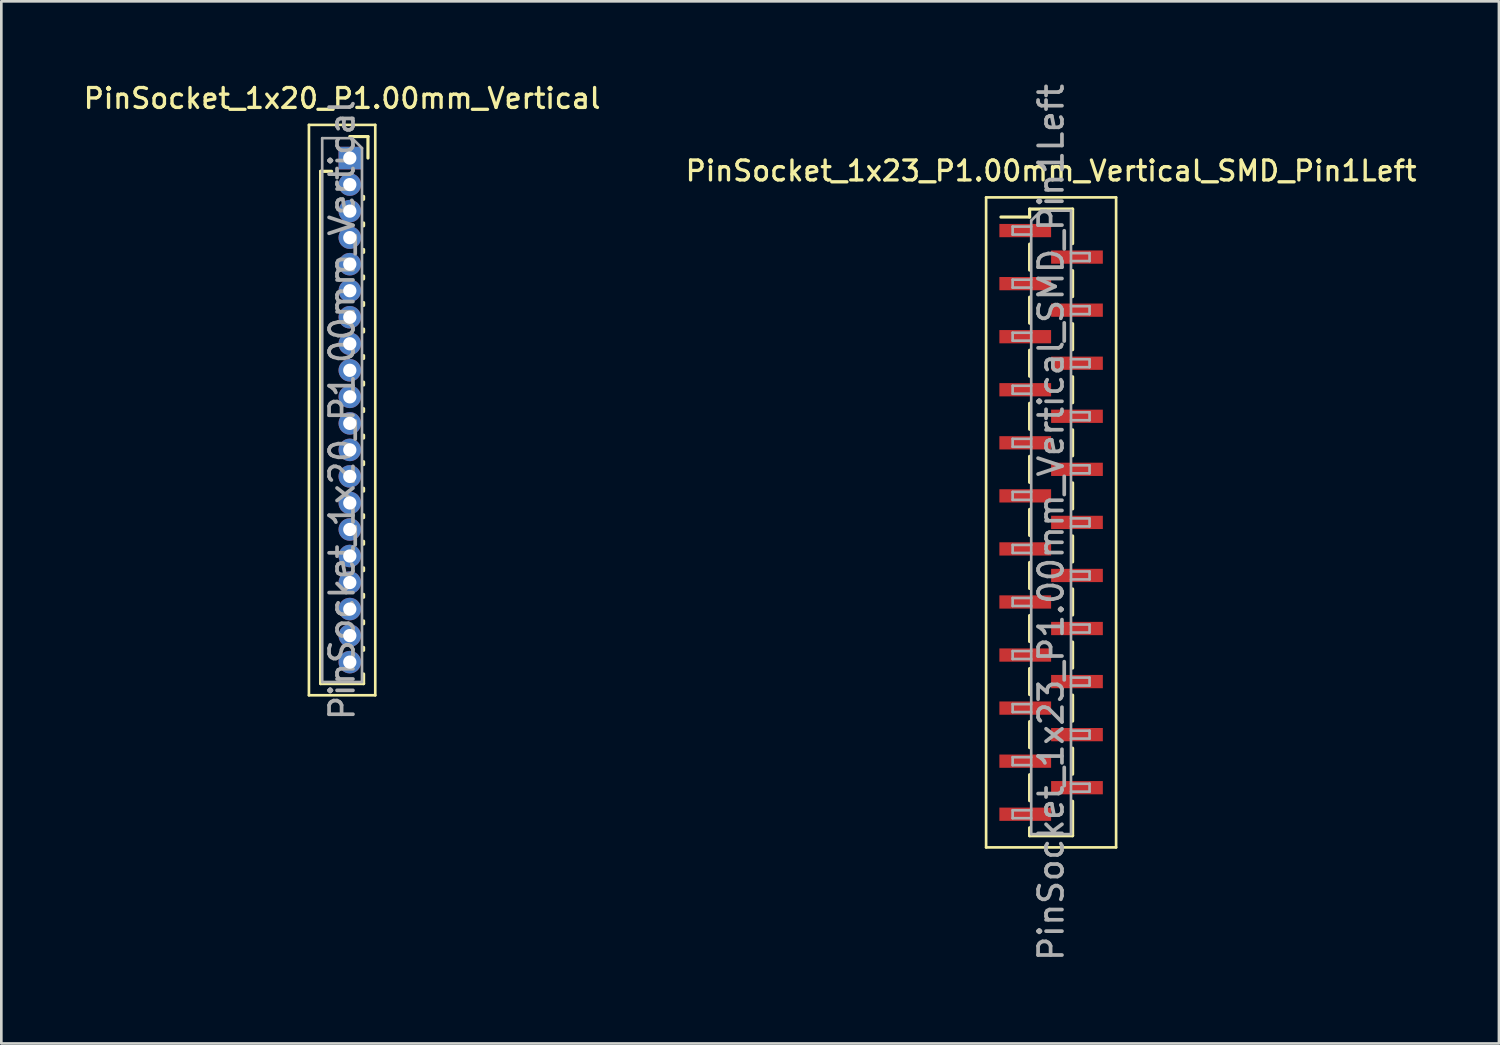
<source format=kicad_pcb>
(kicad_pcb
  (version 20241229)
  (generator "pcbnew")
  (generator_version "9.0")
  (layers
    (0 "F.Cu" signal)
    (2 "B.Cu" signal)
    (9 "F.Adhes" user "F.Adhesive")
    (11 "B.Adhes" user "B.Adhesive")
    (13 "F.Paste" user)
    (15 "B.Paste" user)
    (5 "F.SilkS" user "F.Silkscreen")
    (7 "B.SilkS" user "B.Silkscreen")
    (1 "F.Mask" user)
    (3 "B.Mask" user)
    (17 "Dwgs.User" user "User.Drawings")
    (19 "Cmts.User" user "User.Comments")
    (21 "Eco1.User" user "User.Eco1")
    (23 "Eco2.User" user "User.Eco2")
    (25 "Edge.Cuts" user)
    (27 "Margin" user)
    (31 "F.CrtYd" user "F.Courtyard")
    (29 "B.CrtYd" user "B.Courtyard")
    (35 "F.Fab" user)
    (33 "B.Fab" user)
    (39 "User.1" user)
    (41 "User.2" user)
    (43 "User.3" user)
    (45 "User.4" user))
  (footprint "PinSocket_1x20_P1.00mm_Vertical"
    (layer "F.Cu")
    (at 10.135 2.908)
    (property "Reference" "PinSocket_1x20_P1.00mm_Vertical" (at -0.29 -2.25 0) (layer "F.SilkS") (effects (font (size 0.75 0.75) (thickness 0.125))))
    (attr through_hole)
    (fp_line (start -1.54 -1.25) (end 0.96 -1.25) (stroke (width 0.1) (type solid)) (layer "F.SilkS"))
    (fp_line (start -1.54 20.25) (end -1.54 -1.25) (stroke (width 0.1) (type solid)) (layer "F.SilkS"))
    (fp_line (start -1.1 0.5) (end -1.1 19.81) (stroke (width 0.12) (type solid)) (layer "F.SilkS"))
    (fp_line (start -1.1 0.5) (end -0.685 0.5) (stroke (width 0.12) (type solid)) (layer "F.SilkS"))
    (fp_line (start -1.1 19.81) (end 0.52 19.81) (stroke (width 0.12) (type solid)) (layer "F.SilkS"))
    (fp_line (start 0 -0.81) (end 0.685 -0.81) (stroke (width 0.12) (type solid)) (layer "F.SilkS"))
    (fp_line (start 0.52 1.446) (end 0.52 1.554) (stroke (width 0.12) (type solid)) (layer "F.SilkS"))
    (fp_line (start 0.52 2.446) (end 0.52 2.554) (stroke (width 0.12) (type solid)) (layer "F.SilkS"))
    (fp_line (start 0.52 3.446) (end 0.52 3.554) (stroke (width 0.12) (type solid)) (layer "F.SilkS"))
    (fp_line (start 0.52 4.446) (end 0.52 4.554) (stroke (width 0.12) (type solid)) (layer "F.SilkS"))
    (fp_line (start 0.52 5.446) (end 0.52 5.554) (stroke (width 0.12) (type solid)) (layer "F.SilkS"))
    (fp_line (start 0.52 6.446) (end 0.52 6.554) (stroke (width 0.12) (type solid)) (layer "F.SilkS"))
    (fp_line (start 0.52 7.446) (end 0.52 7.554) (stroke (width 0.12) (type solid)) (layer "F.SilkS"))
    (fp_line (start 0.52 8.446) (end 0.52 8.554) (stroke (width 0.12) (type solid)) (layer "F.SilkS"))
    (fp_line (start 0.52 9.446) (end 0.52 9.554) (stroke (width 0.12) (type solid)) (layer "F.SilkS"))
    (fp_line (start 0.52 10.446) (end 0.52 10.554) (stroke (width 0.12) (type solid)) (layer "F.SilkS"))
    (fp_line (start 0.52 11.446) (end 0.52 11.554) (stroke (width 0.12) (type solid)) (layer "F.SilkS"))
    (fp_line (start 0.52 12.446) (end 0.52 12.554) (stroke (width 0.12) (type solid)) (layer "F.SilkS"))
    (fp_line (start 0.52 13.446) (end 0.52 13.554) (stroke (width 0.12) (type solid)) (layer "F.SilkS"))
    (fp_line (start 0.52 14.446) (end 0.52 14.554) (stroke (width 0.12) (type solid)) (layer "F.SilkS"))
    (fp_line (start 0.52 15.446) (end 0.52 15.554) (stroke (width 0.12) (type solid)) (layer "F.SilkS"))
    (fp_line (start 0.52 16.446) (end 0.52 16.554) (stroke (width 0.12) (type solid)) (layer "F.SilkS"))
    (fp_line (start 0.52 17.446) (end 0.52 17.554) (stroke (width 0.12) (type solid)) (layer "F.SilkS"))
    (fp_line (start 0.52 18.446) (end 0.52 18.554) (stroke (width 0.12) (type solid)) (layer "F.SilkS"))
    (fp_line (start 0.52 19.446) (end 0.52 19.81) (stroke (width 0.12) (type solid)) (layer "F.SilkS"))
    (fp_line (start 0.685 -0.81) (end 0.685 0) (stroke (width 0.12) (type solid)) (layer "F.SilkS"))
    (fp_line (start 0.96 -1.25) (end 0.96 20.25) (stroke (width 0.1) (type solid)) (layer "F.SilkS"))
    (fp_line (start 0.96 20.25) (end -1.54 20.25) (stroke (width 0.1) (type solid)) (layer "F.SilkS"))
    (fp_line (start -1.04 -0.75) (end 0.085 -0.75) (stroke (width 0.1) (type solid)) (layer "F.Fab"))
    (fp_line (start -1.04 19.75) (end -1.04 -0.75) (stroke (width 0.1) (type solid)) (layer "F.Fab"))
    (fp_line (start 0.085 -0.75) (end 0.46 -0.375) (stroke (width 0.1) (type solid)) (layer "F.Fab"))
    (fp_line (start 0.46 -0.375) (end 0.46 19.75) (stroke (width 0.1) (type solid)) (layer "F.Fab"))
    (fp_line (start 0.46 19.75) (end -1.04 19.75) (stroke (width 0.1) (type solid)) (layer "F.Fab"))
    (fp_text user "${REFERENCE}" (at -0.29 9.5 90) (layer "F.Fab") (effects (font (size 0.9 0.9) (thickness 0.14))))
    (pad "1" thru_hole rect (at 0 0) (size 0.85 0.85) (drill 0.5) (layers "*.Cu" "*.Mask"))
    (pad "2" thru_hole oval (at 0 1) (size 0.85 0.85) (drill 0.5) (layers "*.Cu" "*.Mask"))
    (pad "3" thru_hole oval (at 0 2) (size 0.85 0.85) (drill 0.5) (layers "*.Cu" "*.Mask"))
    (pad "4" thru_hole oval (at 0 3) (size 0.85 0.85) (drill 0.5) (layers "*.Cu" "*.Mask"))
    (pad "5" thru_hole oval (at 0 4) (size 0.85 0.85) (drill 0.5) (layers "*.Cu" "*.Mask"))
    (pad "6" thru_hole oval (at 0 5) (size 0.85 0.85) (drill 0.5) (layers "*.Cu" "*.Mask"))
    (pad "7" thru_hole oval (at 0 6) (size 0.85 0.85) (drill 0.5) (layers "*.Cu" "*.Mask"))
    (pad "8" thru_hole oval (at 0 7) (size 0.85 0.85) (drill 0.5) (layers "*.Cu" "*.Mask"))
    (pad "9" thru_hole oval (at 0 8) (size 0.85 0.85) (drill 0.5) (layers "*.Cu" "*.Mask"))
    (pad "10" thru_hole oval (at 0 9) (size 0.85 0.85) (drill 0.5) (layers "*.Cu" "*.Mask"))
    (pad "11" thru_hole oval (at 0 10) (size 0.85 0.85) (drill 0.5) (layers "*.Cu" "*.Mask"))
    (pad "12" thru_hole oval (at 0 11) (size 0.85 0.85) (drill 0.5) (layers "*.Cu" "*.Mask"))
    (pad "13" thru_hole oval (at 0 12) (size 0.85 0.85) (drill 0.5) (layers "*.Cu" "*.Mask"))
    (pad "14" thru_hole oval (at 0 13) (size 0.85 0.85) (drill 0.5) (layers "*.Cu" "*.Mask"))
    (pad "15" thru_hole oval (at 0 14) (size 0.85 0.85) (drill 0.5) (layers "*.Cu" "*.Mask"))
    (pad "16" thru_hole oval (at 0 15) (size 0.85 0.85) (drill 0.5) (layers "*.Cu" "*.Mask"))
    (pad "17" thru_hole oval (at 0 16) (size 0.85 0.85) (drill 0.5) (layers "*.Cu" "*.Mask"))
    (pad "18" thru_hole oval (at 0 17) (size 0.85 0.85) (drill 0.5) (layers "*.Cu" "*.Mask"))
    (pad "19" thru_hole oval (at 0 18) (size 0.85 0.85) (drill 0.5) (layers "*.Cu" "*.Mask"))
    (pad "20" thru_hole oval (at 0 19) (size 0.85 0.85) (drill 0.5) (layers "*.Cu" "*.Mask")))
  (footprint "PinSocket_1x23_P1.00mm_Vertical_SMD_Pin1Left"
    (layer "F.Cu")
    (at 36.57 16.641)
    (property "Reference" "PinSocket_1x23_P1.00mm_Vertical_SMD_Pin1Left" (at 0 -13.25 0) (layer "F.SilkS") (effects (font (size 0.75 0.75) (thickness 0.125))))
    (attr smd)
    (fp_line (start -2.45 -12.25) (end 2.45 -12.25) (stroke (width 0.1) (type solid)) (layer "F.SilkS"))
    (fp_line (start -2.45 12.25) (end -2.45 -12.25) (stroke (width 0.1) (type solid)) (layer "F.SilkS"))
    (fp_line (start -1.89 -11.51) (end -0.81 -11.51) (stroke (width 0.12) (type solid)) (layer "F.SilkS"))
    (fp_line (start -0.81 -11.81) (end -0.81 -11.51) (stroke (width 0.12) (type solid)) (layer "F.SilkS"))
    (fp_line (start -0.81 -11.81) (end 0.81 -11.81) (stroke (width 0.12) (type solid)) (layer "F.SilkS"))
    (fp_line (start -0.81 -10.49) (end -0.81 -9.51) (stroke (width 0.12) (type solid)) (layer "F.SilkS"))
    (fp_line (start -0.81 -8.49) (end -0.81 -7.51) (stroke (width 0.12) (type solid)) (layer "F.SilkS"))
    (fp_line (start -0.81 -6.49) (end -0.81 -5.51) (stroke (width 0.12) (type solid)) (layer "F.SilkS"))
    (fp_line (start -0.81 -4.49) (end -0.81 -3.51) (stroke (width 0.12) (type solid)) (layer "F.SilkS"))
    (fp_line (start -0.81 -2.49) (end -0.81 -1.51) (stroke (width 0.12) (type solid)) (layer "F.SilkS"))
    (fp_line (start -0.81 -0.49) (end -0.81 0.49) (stroke (width 0.12) (type solid)) (layer "F.SilkS"))
    (fp_line (start -0.81 1.51) (end -0.81 2.49) (stroke (width 0.12) (type solid)) (layer "F.SilkS"))
    (fp_line (start -0.81 3.51) (end -0.81 4.49) (stroke (width 0.12) (type solid)) (layer "F.SilkS"))
    (fp_line (start -0.81 5.51) (end -0.81 6.49) (stroke (width 0.12) (type solid)) (layer "F.SilkS"))
    (fp_line (start -0.81 7.51) (end -0.81 8.49) (stroke (width 0.12) (type solid)) (layer "F.SilkS"))
    (fp_line (start -0.81 9.51) (end -0.81 10.49) (stroke (width 0.12) (type solid)) (layer "F.SilkS"))
    (fp_line (start -0.81 11.51) (end -0.81 11.81) (stroke (width 0.12) (type solid)) (layer "F.SilkS"))
    (fp_line (start -0.81 11.81) (end 0.81 11.81) (stroke (width 0.12) (type solid)) (layer "F.SilkS"))
    (fp_line (start 0.81 -11.81) (end 0.81 -10.51) (stroke (width 0.12) (type solid)) (layer "F.SilkS"))
    (fp_line (start 0.81 -9.49) (end 0.81 -8.51) (stroke (width 0.12) (type solid)) (layer "F.SilkS"))
    (fp_line (start 0.81 -7.49) (end 0.81 -6.51) (stroke (width 0.12) (type solid)) (layer "F.SilkS"))
    (fp_line (start 0.81 -5.49) (end 0.81 -4.51) (stroke (width 0.12) (type solid)) (layer "F.SilkS"))
    (fp_line (start 0.81 -3.49) (end 0.81 -2.51) (stroke (width 0.12) (type solid)) (layer "F.SilkS"))
    (fp_line (start 0.81 -1.49) (end 0.81 -0.51) (stroke (width 0.12) (type solid)) (layer "F.SilkS"))
    (fp_line (start 0.81 0.51) (end 0.81 1.49) (stroke (width 0.12) (type solid)) (layer "F.SilkS"))
    (fp_line (start 0.81 2.51) (end 0.81 3.49) (stroke (width 0.12) (type solid)) (layer "F.SilkS"))
    (fp_line (start 0.81 4.51) (end 0.81 5.49) (stroke (width 0.12) (type solid)) (layer "F.SilkS"))
    (fp_line (start 0.81 6.51) (end 0.81 7.49) (stroke (width 0.12) (type solid)) (layer "F.SilkS"))
    (fp_line (start 0.81 8.51) (end 0.81 9.49) (stroke (width 0.12) (type solid)) (layer "F.SilkS"))
    (fp_line (start 0.81 10.51) (end 0.81 11.81) (stroke (width 0.12) (type solid)) (layer "F.SilkS"))
    (fp_line (start 2.45 -12.25) (end 2.45 12.25) (stroke (width 0.1) (type solid)) (layer "F.SilkS"))
    (fp_line (start 2.45 12.25) (end -2.45 12.25) (stroke (width 0.1) (type solid)) (layer "F.SilkS"))
    (fp_line (start -1.45 -11.15) (end -0.75 -11.15) (stroke (width 0.1) (type solid)) (layer "F.Fab"))
    (fp_line (start -1.45 -10.85) (end -1.45 -11.15) (stroke (width 0.1) (type solid)) (layer "F.Fab"))
    (fp_line (start -1.45 -9.15) (end -0.75 -9.15) (stroke (width 0.1) (type solid)) (layer "F.Fab"))
    (fp_line (start -1.45 -8.85) (end -1.45 -9.15) (stroke (width 0.1) (type solid)) (layer "F.Fab"))
    (fp_line (start -1.45 -7.15) (end -0.75 -7.15) (stroke (width 0.1) (type solid)) (layer "F.Fab"))
    (fp_line (start -1.45 -6.85) (end -1.45 -7.15) (stroke (width 0.1) (type solid)) (layer "F.Fab"))
    (fp_line (start -1.45 -5.15) (end -0.75 -5.15) (stroke (width 0.1) (type solid)) (layer "F.Fab"))
    (fp_line (start -1.45 -4.85) (end -1.45 -5.15) (stroke (width 0.1) (type solid)) (layer "F.Fab"))
    (fp_line (start -1.45 -3.15) (end -0.75 -3.15) (stroke (width 0.1) (type solid)) (layer "F.Fab"))
    (fp_line (start -1.45 -2.85) (end -1.45 -3.15) (stroke (width 0.1) (type solid)) (layer "F.Fab"))
    (fp_line (start -1.45 -1.15) (end -0.75 -1.15) (stroke (width 0.1) (type solid)) (layer "F.Fab"))
    (fp_line (start -1.45 -0.85) (end -1.45 -1.15) (stroke (width 0.1) (type solid)) (layer "F.Fab"))
    (fp_line (start -1.45 0.85) (end -0.75 0.85) (stroke (width 0.1) (type solid)) (layer "F.Fab"))
    (fp_line (start -1.45 1.15) (end -1.45 0.85) (stroke (width 0.1) (type solid)) (layer "F.Fab"))
    (fp_line (start -1.45 2.85) (end -0.75 2.85) (stroke (width 0.1) (type solid)) (layer "F.Fab"))
    (fp_line (start -1.45 3.15) (end -1.45 2.85) (stroke (width 0.1) (type solid)) (layer "F.Fab"))
    (fp_line (start -1.45 4.85) (end -0.75 4.85) (stroke (width 0.1) (type solid)) (layer "F.Fab"))
    (fp_line (start -1.45 5.15) (end -1.45 4.85) (stroke (width 0.1) (type solid)) (layer "F.Fab"))
    (fp_line (start -1.45 6.85) (end -0.75 6.85) (stroke (width 0.1) (type solid)) (layer "F.Fab"))
    (fp_line (start -1.45 7.15) (end -1.45 6.85) (stroke (width 0.1) (type solid)) (layer "F.Fab"))
    (fp_line (start -1.45 8.85) (end -0.75 8.85) (stroke (width 0.1) (type solid)) (layer "F.Fab"))
    (fp_line (start -1.45 9.15) (end -1.45 8.85) (stroke (width 0.1) (type solid)) (layer "F.Fab"))
    (fp_line (start -1.45 10.85) (end -0.75 10.85) (stroke (width 0.1) (type solid)) (layer "F.Fab"))
    (fp_line (start -1.45 11.15) (end -1.45 10.85) (stroke (width 0.1) (type solid)) (layer "F.Fab"))
    (fp_line (start -0.75 -11.375) (end -0.375 -11.75) (stroke (width 0.1) (type solid)) (layer "F.Fab"))
    (fp_line (start -0.75 -10.85) (end -1.45 -10.85) (stroke (width 0.1) (type solid)) (layer "F.Fab"))
    (fp_line (start -0.75 -8.85) (end -1.45 -8.85) (stroke (width 0.1) (type solid)) (layer "F.Fab"))
    (fp_line (start -0.75 -6.85) (end -1.45 -6.85) (stroke (width 0.1) (type solid)) (layer "F.Fab"))
    (fp_line (start -0.75 -4.85) (end -1.45 -4.85) (stroke (width 0.1) (type solid)) (layer "F.Fab"))
    (fp_line (start -0.75 -2.85) (end -1.45 -2.85) (stroke (width 0.1) (type solid)) (layer "F.Fab"))
    (fp_line (start -0.75 -0.85) (end -1.45 -0.85) (stroke (width 0.1) (type solid)) (layer "F.Fab"))
    (fp_line (start -0.75 1.15) (end -1.45 1.15) (stroke (width 0.1) (type solid)) (layer "F.Fab"))
    (fp_line (start -0.75 3.15) (end -1.45 3.15) (stroke (width 0.1) (type solid)) (layer "F.Fab"))
    (fp_line (start -0.75 5.15) (end -1.45 5.15) (stroke (width 0.1) (type solid)) (layer "F.Fab"))
    (fp_line (start -0.75 7.15) (end -1.45 7.15) (stroke (width 0.1) (type solid)) (layer "F.Fab"))
    (fp_line (start -0.75 9.15) (end -1.45 9.15) (stroke (width 0.1) (type solid)) (layer "F.Fab"))
    (fp_line (start -0.75 11.15) (end -1.45 11.15) (stroke (width 0.1) (type solid)) (layer "F.Fab"))
    (fp_line (start -0.75 11.75) (end -0.75 -11.375) (stroke (width 0.1) (type solid)) (layer "F.Fab"))
    (fp_line (start -0.375 -11.75) (end 0.75 -11.75) (stroke (width 0.1) (type solid)) (layer "F.Fab"))
    (fp_line (start 0.75 -11.75) (end 0.75 11.75) (stroke (width 0.1) (type solid)) (layer "F.Fab"))
    (fp_line (start 0.75 -10.15) (end 1.45 -10.15) (stroke (width 0.1) (type solid)) (layer "F.Fab"))
    (fp_line (start 0.75 -8.15) (end 1.45 -8.15) (stroke (width 0.1) (type solid)) (layer "F.Fab"))
    (fp_line (start 0.75 -6.15) (end 1.45 -6.15) (stroke (width 0.1) (type solid)) (layer "F.Fab"))
    (fp_line (start 0.75 -4.15) (end 1.45 -4.15) (stroke (width 0.1) (type solid)) (layer "F.Fab"))
    (fp_line (start 0.75 -2.15) (end 1.45 -2.15) (stroke (width 0.1) (type solid)) (layer "F.Fab"))
    (fp_line (start 0.75 -0.15) (end 1.45 -0.15) (stroke (width 0.1) (type solid)) (layer "F.Fab"))
    (fp_line (start 0.75 1.85) (end 1.45 1.85) (stroke (width 0.1) (type solid)) (layer "F.Fab"))
    (fp_line (start 0.75 3.85) (end 1.45 3.85) (stroke (width 0.1) (type solid)) (layer "F.Fab"))
    (fp_line (start 0.75 5.85) (end 1.45 5.85) (stroke (width 0.1) (type solid)) (layer "F.Fab"))
    (fp_line (start 0.75 7.85) (end 1.45 7.85) (stroke (width 0.1) (type solid)) (layer "F.Fab"))
    (fp_line (start 0.75 9.85) (end 1.45 9.85) (stroke (width 0.1) (type solid)) (layer "F.Fab"))
    (fp_line (start 0.75 11.75) (end -0.75 11.75) (stroke (width 0.1) (type solid)) (layer "F.Fab"))
    (fp_line (start 1.45 -10.15) (end 1.45 -9.85) (stroke (width 0.1) (type solid)) (layer "F.Fab"))
    (fp_line (start 1.45 -9.85) (end 0.75 -9.85) (stroke (width 0.1) (type solid)) (layer "F.Fab"))
    (fp_line (start 1.45 -8.15) (end 1.45 -7.85) (stroke (width 0.1) (type solid)) (layer "F.Fab"))
    (fp_line (start 1.45 -7.85) (end 0.75 -7.85) (stroke (width 0.1) (type solid)) (layer "F.Fab"))
    (fp_line (start 1.45 -6.15) (end 1.45 -5.85) (stroke (width 0.1) (type solid)) (layer "F.Fab"))
    (fp_line (start 1.45 -5.85) (end 0.75 -5.85) (stroke (width 0.1) (type solid)) (layer "F.Fab"))
    (fp_line (start 1.45 -4.15) (end 1.45 -3.85) (stroke (width 0.1) (type solid)) (layer "F.Fab"))
    (fp_line (start 1.45 -3.85) (end 0.75 -3.85) (stroke (width 0.1) (type solid)) (layer "F.Fab"))
    (fp_line (start 1.45 -2.15) (end 1.45 -1.85) (stroke (width 0.1) (type solid)) (layer "F.Fab"))
    (fp_line (start 1.45 -1.85) (end 0.75 -1.85) (stroke (width 0.1) (type solid)) (layer "F.Fab"))
    (fp_line (start 1.45 -0.15) (end 1.45 0.15) (stroke (width 0.1) (type solid)) (layer "F.Fab"))
    (fp_line (start 1.45 0.15) (end 0.75 0.15) (stroke (width 0.1) (type solid)) (layer "F.Fab"))
    (fp_line (start 1.45 1.85) (end 1.45 2.15) (stroke (width 0.1) (type solid)) (layer "F.Fab"))
    (fp_line (start 1.45 2.15) (end 0.75 2.15) (stroke (width 0.1) (type solid)) (layer "F.Fab"))
    (fp_line (start 1.45 3.85) (end 1.45 4.15) (stroke (width 0.1) (type solid)) (layer "F.Fab"))
    (fp_line (start 1.45 4.15) (end 0.75 4.15) (stroke (width 0.1) (type solid)) (layer "F.Fab"))
    (fp_line (start 1.45 5.85) (end 1.45 6.15) (stroke (width 0.1) (type solid)) (layer "F.Fab"))
    (fp_line (start 1.45 6.15) (end 0.75 6.15) (stroke (width 0.1) (type solid)) (layer "F.Fab"))
    (fp_line (start 1.45 7.85) (end 1.45 8.15) (stroke (width 0.1) (type solid)) (layer "F.Fab"))
    (fp_line (start 1.45 8.15) (end 0.75 8.15) (stroke (width 0.1) (type solid)) (layer "F.Fab"))
    (fp_line (start 1.45 9.85) (end 1.45 10.15) (stroke (width 0.1) (type solid)) (layer "F.Fab"))
    (fp_line (start 1.45 10.15) (end 0.75 10.15) (stroke (width 0.1) (type solid)) (layer "F.Fab"))
    (fp_text user "${REFERENCE}" (at 0 0 90) (layer "F.Fab") (effects (font (size 0.9 0.9) (thickness 0.14))))
    (pad "1" smd rect (at -0.975 -11) (size 1.95 0.5) (layers "F.Cu" "F.Mask" "F.Paste"))
    (pad "2" smd rect (at 0.975 -10) (size 1.95 0.5) (layers "F.Cu" "F.Mask" "F.Paste"))
    (pad "3" smd rect (at -0.975 -9) (size 1.95 0.5) (layers "F.Cu" "F.Mask" "F.Paste"))
    (pad "4" smd rect (at 0.975 -8) (size 1.95 0.5) (layers "F.Cu" "F.Mask" "F.Paste"))
    (pad "5" smd rect (at -0.975 -7) (size 1.95 0.5) (layers "F.Cu" "F.Mask" "F.Paste"))
    (pad "6" smd rect (at 0.975 -6) (size 1.95 0.5) (layers "F.Cu" "F.Mask" "F.Paste"))
    (pad "7" smd rect (at -0.975 -5) (size 1.95 0.5) (layers "F.Cu" "F.Mask" "F.Paste"))
    (pad "8" smd rect (at 0.975 -4) (size 1.95 0.5) (layers "F.Cu" "F.Mask" "F.Paste"))
    (pad "9" smd rect (at -0.975 -3) (size 1.95 0.5) (layers "F.Cu" "F.Mask" "F.Paste"))
    (pad "10" smd rect (at 0.975 -2) (size 1.95 0.5) (layers "F.Cu" "F.Mask" "F.Paste"))
    (pad "11" smd rect (at -0.975 -1) (size 1.95 0.5) (layers "F.Cu" "F.Mask" "F.Paste"))
    (pad "12" smd rect (at 0.975 0) (size 1.95 0.5) (layers "F.Cu" "F.Mask" "F.Paste"))
    (pad "13" smd rect (at -0.975 1) (size 1.95 0.5) (layers "F.Cu" "F.Mask" "F.Paste"))
    (pad "14" smd rect (at 0.975 2) (size 1.95 0.5) (layers "F.Cu" "F.Mask" "F.Paste"))
    (pad "15" smd rect (at -0.975 3) (size 1.95 0.5) (layers "F.Cu" "F.Mask" "F.Paste"))
    (pad "16" smd rect (at 0.975 4) (size 1.95 0.5) (layers "F.Cu" "F.Mask" "F.Paste"))
    (pad "17" smd rect (at -0.975 5) (size 1.95 0.5) (layers "F.Cu" "F.Mask" "F.Paste"))
    (pad "18" smd rect (at 0.975 6) (size 1.95 0.5) (layers "F.Cu" "F.Mask" "F.Paste"))
    (pad "19" smd rect (at -0.975 7) (size 1.95 0.5) (layers "F.Cu" "F.Mask" "F.Paste"))
    (pad "20" smd rect (at 0.975 8) (size 1.95 0.5) (layers "F.Cu" "F.Mask" "F.Paste"))
    (pad "21" smd rect (at -0.975 9) (size 1.95 0.5) (layers "F.Cu" "F.Mask" "F.Paste"))
    (pad "22" smd rect (at 0.975 10) (size 1.95 0.5) (layers "F.Cu" "F.Mask" "F.Paste"))
    (pad "23" smd rect (at -0.975 11) (size 1.95 0.5) (layers "F.Cu" "F.Mask" "F.Paste")))
  (gr_rect
    (start -3 -3)
    (end 53.45 36.283)
    (stroke (width 0.1) (type default))
    (fill no)
    (layer "Edge.Cuts")))
</source>
